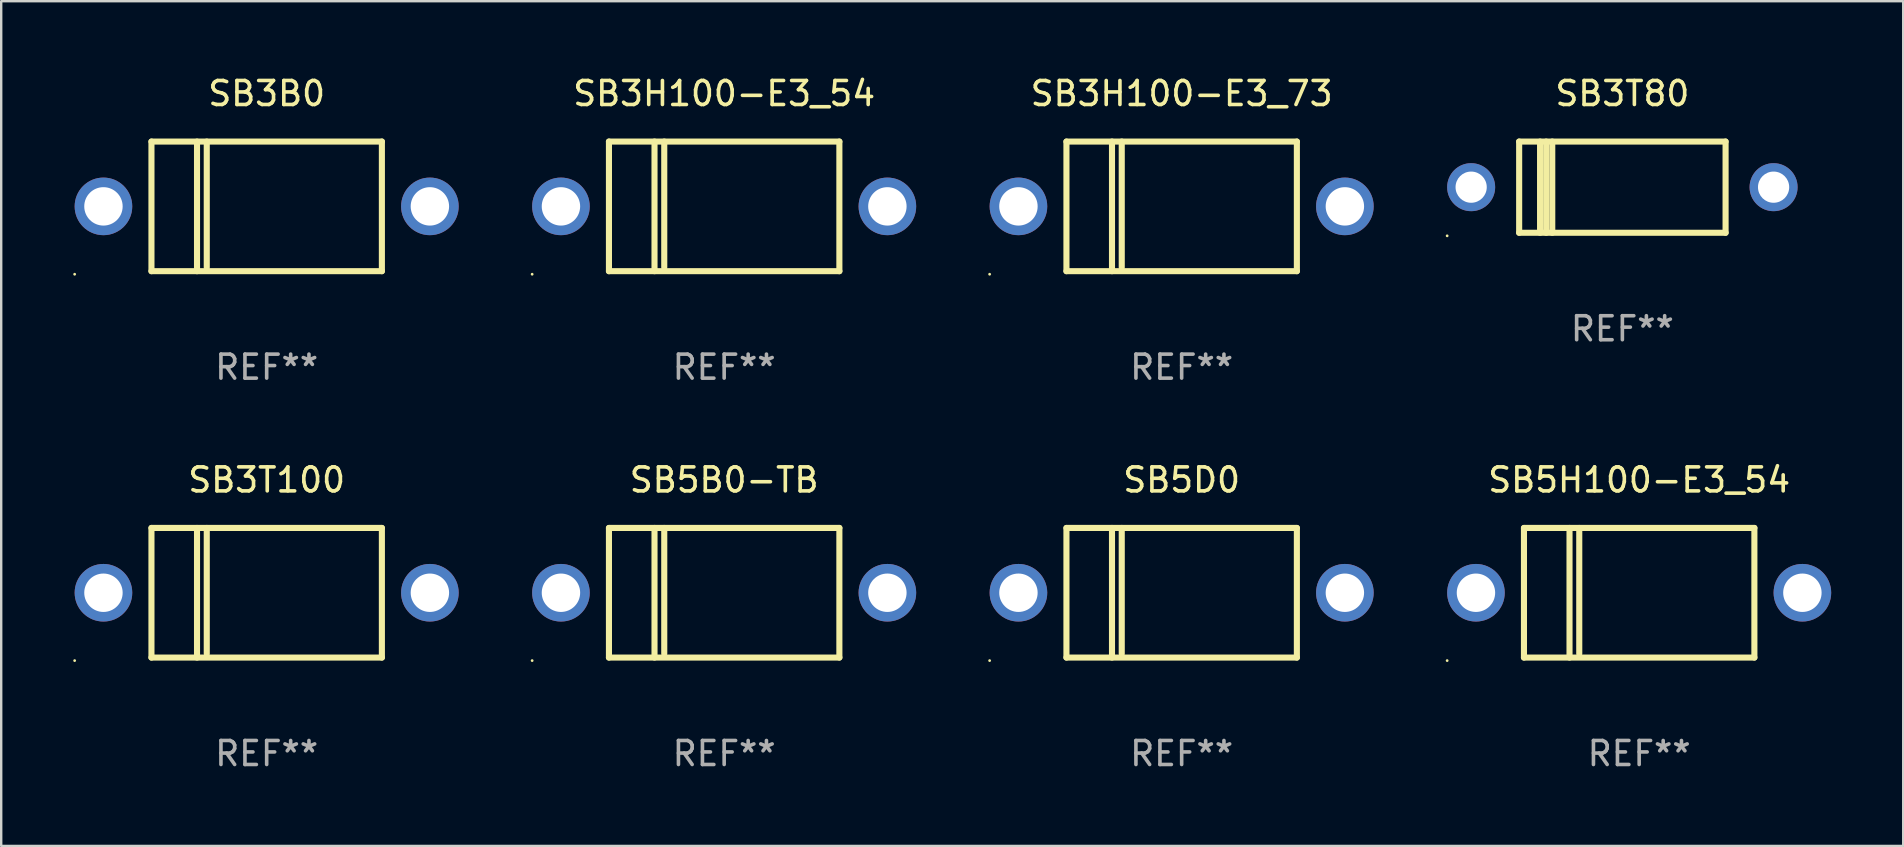
<source format=kicad_pcb>
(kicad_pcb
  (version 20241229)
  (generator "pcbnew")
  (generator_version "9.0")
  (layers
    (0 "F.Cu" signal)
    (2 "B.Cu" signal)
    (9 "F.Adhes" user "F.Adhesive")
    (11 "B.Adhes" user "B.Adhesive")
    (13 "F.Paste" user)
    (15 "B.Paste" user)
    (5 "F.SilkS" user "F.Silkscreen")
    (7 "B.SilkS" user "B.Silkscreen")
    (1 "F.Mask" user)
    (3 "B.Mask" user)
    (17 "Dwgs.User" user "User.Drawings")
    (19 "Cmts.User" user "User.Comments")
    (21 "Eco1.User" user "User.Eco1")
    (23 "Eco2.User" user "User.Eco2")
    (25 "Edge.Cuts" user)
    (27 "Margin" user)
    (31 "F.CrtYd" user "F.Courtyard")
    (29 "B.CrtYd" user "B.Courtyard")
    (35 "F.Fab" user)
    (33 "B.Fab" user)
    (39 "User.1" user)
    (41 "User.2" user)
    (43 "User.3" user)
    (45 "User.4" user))
  (footprint "SB5D0"
    (layer "F.Cu")
    (at 46.18 21.645)
    (property "Reference" "SB5D0" (at 0 -4.7 0) (layer "F.SilkS") (effects (font (size 1 1) (thickness 0.15))))
    (attr through_hole)
    (fp_line (start -4.8 -2.7) (end -4.8 2.7) (stroke (width 0.254) (type solid)) (layer "F.SilkS"))
    (fp_line (start -4.8 -2.7) (end 4.8 -2.7) (stroke (width 0.254) (type solid)) (layer "F.SilkS"))
    (fp_line (start -2.902 -2.7) (end -2.902 2.7) (stroke (width 0.254) (type solid)) (layer "F.SilkS"))
    (fp_line (start -2.496 -2.7) (end -2.496 2.54) (stroke (width 0.254) (type solid)) (layer "F.SilkS"))
    (fp_line (start 4.8 -2.7) (end 4.8 2.7) (stroke (width 0.254) (type solid)) (layer "F.SilkS"))
    (fp_line (start 4.8 2.7) (end -4.8 2.7) (stroke (width 0.254) (type solid)) (layer "F.SilkS"))
    (fp_circle (center -8 2.827) (end -7.97 2.827) (stroke (width 0.06) (type solid)) (fill no) (layer "F.SilkS"))
    (fp_text user "REF**" (at 0 6.7 0) (layer "F.Fab") (effects (font (size 1 1) (thickness 0.15))))
    (pad "1" thru_hole circle (at -6.8 0) (size 2.4 2.4) (drill 1.6) (layers "*.Cu" "*.Mask"))
    (pad "2" thru_hole circle (at 6.8 0) (size 2.4 2.4) (drill 1.6) (layers "*.Cu" "*.Mask")))
  (footprint "SB3H100-E3_73"
    (layer "F.Cu")
    (at 46.18 5.548)
    (property "Reference" "SB3H100-E3_73" (at 0 -4.7 0) (layer "F.SilkS") (effects (font (size 1 1) (thickness 0.15))))
    (attr through_hole)
    (fp_line (start -4.8 -2.7) (end -4.8 2.7) (stroke (width 0.254) (type solid)) (layer "F.SilkS"))
    (fp_line (start -4.8 -2.7) (end 4.8 -2.7) (stroke (width 0.254) (type solid)) (layer "F.SilkS"))
    (fp_line (start -2.902 -2.7) (end -2.902 2.7) (stroke (width 0.254) (type solid)) (layer "F.SilkS"))
    (fp_line (start -2.496 -2.7) (end -2.496 2.54) (stroke (width 0.254) (type solid)) (layer "F.SilkS"))
    (fp_line (start 4.8 -2.7) (end 4.8 2.7) (stroke (width 0.254) (type solid)) (layer "F.SilkS"))
    (fp_line (start 4.8 2.7) (end -4.8 2.7) (stroke (width 0.254) (type solid)) (layer "F.SilkS"))
    (fp_circle (center -8 2.827) (end -7.97 2.827) (stroke (width 0.06) (type solid)) (fill no) (layer "F.SilkS"))
    (fp_text user "REF**" (at 0 6.7 0) (layer "F.Fab") (effects (font (size 1 1) (thickness 0.15))))
    (pad "1" thru_hole circle (at -6.8 0) (size 2.4 2.4) (drill 1.6) (layers "*.Cu" "*.Mask"))
    (pad "2" thru_hole circle (at 6.8 0) (size 2.4 2.4) (drill 1.6) (layers "*.Cu" "*.Mask")))
  (footprint "SB3H100-E3_54"
    (layer "F.Cu")
    (at 27.12 5.548)
    (property "Reference" "SB3H100-E3_54" (at 0 -4.7 0) (layer "F.SilkS") (effects (font (size 1 1) (thickness 0.15))))
    (attr through_hole)
    (fp_line (start -4.8 -2.7) (end -4.8 2.7) (stroke (width 0.254) (type solid)) (layer "F.SilkS"))
    (fp_line (start -4.8 -2.7) (end 4.8 -2.7) (stroke (width 0.254) (type solid)) (layer "F.SilkS"))
    (fp_line (start -2.902 -2.7) (end -2.902 2.7) (stroke (width 0.254) (type solid)) (layer "F.SilkS"))
    (fp_line (start -2.496 -2.7) (end -2.496 2.54) (stroke (width 0.254) (type solid)) (layer "F.SilkS"))
    (fp_line (start 4.8 -2.7) (end 4.8 2.7) (stroke (width 0.254) (type solid)) (layer "F.SilkS"))
    (fp_line (start 4.8 2.7) (end -4.8 2.7) (stroke (width 0.254) (type solid)) (layer "F.SilkS"))
    (fp_circle (center -8 2.827) (end -7.97 2.827) (stroke (width 0.06) (type solid)) (fill no) (layer "F.SilkS"))
    (fp_text user "REF**" (at 0 6.7 0) (layer "F.Fab") (effects (font (size 1 1) (thickness 0.15))))
    (pad "1" thru_hole circle (at -6.8 0) (size 2.4 2.4) (drill 1.6) (layers "*.Cu" "*.Mask"))
    (pad "2" thru_hole circle (at 6.8 0) (size 2.4 2.4) (drill 1.6) (layers "*.Cu" "*.Mask")))
  (footprint "SB5H100-E3_54"
    (layer "F.Cu")
    (at 65.241 21.645)
    (property "Reference" "SB5H100-E3_54" (at 0 -4.7 0) (layer "F.SilkS") (effects (font (size 1 1) (thickness 0.15))))
    (attr through_hole)
    (fp_line (start -4.8 -2.7) (end -4.8 2.7) (stroke (width 0.254) (type solid)) (layer "F.SilkS"))
    (fp_line (start -4.8 -2.7) (end 4.8 -2.7) (stroke (width 0.254) (type solid)) (layer "F.SilkS"))
    (fp_line (start -2.902 -2.7) (end -2.902 2.7) (stroke (width 0.254) (type solid)) (layer "F.SilkS"))
    (fp_line (start -2.496 -2.7) (end -2.496 2.54) (stroke (width 0.254) (type solid)) (layer "F.SilkS"))
    (fp_line (start 4.8 -2.7) (end 4.8 2.7) (stroke (width 0.254) (type solid)) (layer "F.SilkS"))
    (fp_line (start 4.8 2.7) (end -4.8 2.7) (stroke (width 0.254) (type solid)) (layer "F.SilkS"))
    (fp_circle (center -8 2.827) (end -7.97 2.827) (stroke (width 0.06) (type solid)) (fill no) (layer "F.SilkS"))
    (fp_text user "REF**" (at 0 6.7 0) (layer "F.Fab") (effects (font (size 1 1) (thickness 0.15))))
    (pad "1" thru_hole circle (at -6.8 0) (size 2.4 2.4) (drill 1.6) (layers "*.Cu" "*.Mask"))
    (pad "2" thru_hole circle (at 6.8 0) (size 2.4 2.4) (drill 1.6) (layers "*.Cu" "*.Mask")))
  (footprint "SB5B0-TB"
    (layer "F.Cu")
    (at 27.12 21.645)
    (property "Reference" "SB5B0-TB" (at 0 -4.7 0) (layer "F.SilkS") (effects (font (size 1 1) (thickness 0.15))))
    (attr through_hole)
    (fp_line (start -4.8 -2.7) (end -4.8 2.7) (stroke (width 0.254) (type solid)) (layer "F.SilkS"))
    (fp_line (start -4.8 -2.7) (end 4.8 -2.7) (stroke (width 0.254) (type solid)) (layer "F.SilkS"))
    (fp_line (start -2.902 -2.7) (end -2.902 2.7) (stroke (width 0.254) (type solid)) (layer "F.SilkS"))
    (fp_line (start -2.496 -2.7) (end -2.496 2.54) (stroke (width 0.254) (type solid)) (layer "F.SilkS"))
    (fp_line (start 4.8 -2.7) (end 4.8 2.7) (stroke (width 0.254) (type solid)) (layer "F.SilkS"))
    (fp_line (start 4.8 2.7) (end -4.8 2.7) (stroke (width 0.254) (type solid)) (layer "F.SilkS"))
    (fp_circle (center -8 2.827) (end -7.97 2.827) (stroke (width 0.06) (type solid)) (fill no) (layer "F.SilkS"))
    (fp_text user "REF**" (at 0 6.7 0) (layer "F.Fab") (effects (font (size 1 1) (thickness 0.15))))
    (pad "1" thru_hole circle (at -6.8 0) (size 2.4 2.4) (drill 1.6) (layers "*.Cu" "*.Mask"))
    (pad "2" thru_hole circle (at 6.8 0) (size 2.4 2.4) (drill 1.6) (layers "*.Cu" "*.Mask")))
  (footprint "SB3T80"
    (layer "F.Cu")
    (at 64.541 4.748)
    (property "Reference" "SB3T80" (at 0 -3.9 0) (layer "F.SilkS") (effects (font (size 1 1) (thickness 0.15))))
    (attr through_hole)
    (fp_line (start -4.3 -1.9) (end 4.3 -1.9) (stroke (width 0.254) (type solid)) (layer "F.SilkS"))
    (fp_line (start -4.3 1.9) (end -4.3 -1.9) (stroke (width 0.254) (type solid)) (layer "F.SilkS"))
    (fp_line (start -3.429 1.9) (end -3.429 -1.9) (stroke (width 0.254) (type solid)) (layer "F.SilkS"))
    (fp_line (start -3.175 1.9) (end -3.175 -1.9) (stroke (width 0.254) (type solid)) (layer "F.SilkS"))
    (fp_line (start -2.921 1.9) (end -2.921 -1.9) (stroke (width 0.254) (type solid)) (layer "F.SilkS"))
    (fp_line (start 4.3 -1.9) (end 4.3 1.9) (stroke (width 0.254) (type solid)) (layer "F.SilkS"))
    (fp_line (start 4.3 1.9) (end -4.3 1.9) (stroke (width 0.254) (type solid)) (layer "F.SilkS"))
    (fp_circle (center -7.3 2.027) (end -7.27 2.027) (stroke (width 0.06) (type solid)) (fill no) (layer "F.SilkS"))
    (fp_text user "REF**" (at 0 5.9 0) (layer "F.Fab") (effects (font (size 1 1) (thickness 0.15))))
    (pad "1" thru_hole circle (at -6.3 0) (size 2 2) (drill 1.3) (layers "*.Cu" "*.Mask"))
    (pad "2" thru_hole circle (at 6.3 0) (size 2 2) (drill 1.3) (layers "*.Cu" "*.Mask")))
  (footprint "SB3B0"
    (layer "F.Cu")
    (at 8.06 5.548)
    (property "Reference" "SB3B0" (at 0 -4.7 0) (layer "F.SilkS") (effects (font (size 1 1) (thickness 0.15))))
    (attr through_hole)
    (fp_line (start -4.8 -2.7) (end -4.8 2.7) (stroke (width 0.254) (type solid)) (layer "F.SilkS"))
    (fp_line (start -4.8 -2.7) (end 4.8 -2.7) (stroke (width 0.254) (type solid)) (layer "F.SilkS"))
    (fp_line (start -2.902 -2.7) (end -2.902 2.7) (stroke (width 0.254) (type solid)) (layer "F.SilkS"))
    (fp_line (start -2.496 -2.7) (end -2.496 2.54) (stroke (width 0.254) (type solid)) (layer "F.SilkS"))
    (fp_line (start 4.8 -2.7) (end 4.8 2.7) (stroke (width 0.254) (type solid)) (layer "F.SilkS"))
    (fp_line (start 4.8 2.7) (end -4.8 2.7) (stroke (width 0.254) (type solid)) (layer "F.SilkS"))
    (fp_circle (center -8 2.827) (end -7.97 2.827) (stroke (width 0.06) (type solid)) (fill no) (layer "F.SilkS"))
    (fp_text user "REF**" (at 0 6.7 0) (layer "F.Fab") (effects (font (size 1 1) (thickness 0.15))))
    (pad "1" thru_hole circle (at -6.8 0) (size 2.4 2.4) (drill 1.6) (layers "*.Cu" "*.Mask"))
    (pad "2" thru_hole circle (at 6.8 0) (size 2.4 2.4) (drill 1.6) (layers "*.Cu" "*.Mask")))
  (footprint "SB3T100"
    (layer "F.Cu")
    (at 8.06 21.645)
    (property "Reference" "SB3T100" (at 0 -4.7 0) (layer "F.SilkS") (effects (font (size 1 1) (thickness 0.15))))
    (attr through_hole)
    (fp_line (start -4.8 -2.7) (end -4.8 2.7) (stroke (width 0.254) (type solid)) (layer "F.SilkS"))
    (fp_line (start -4.8 -2.7) (end 4.8 -2.7) (stroke (width 0.254) (type solid)) (layer "F.SilkS"))
    (fp_line (start -2.902 -2.7) (end -2.902 2.7) (stroke (width 0.254) (type solid)) (layer "F.SilkS"))
    (fp_line (start -2.496 -2.7) (end -2.496 2.54) (stroke (width 0.254) (type solid)) (layer "F.SilkS"))
    (fp_line (start 4.8 -2.7) (end 4.8 2.7) (stroke (width 0.254) (type solid)) (layer "F.SilkS"))
    (fp_line (start 4.8 2.7) (end -4.8 2.7) (stroke (width 0.254) (type solid)) (layer "F.SilkS"))
    (fp_circle (center -8 2.827) (end -7.97 2.827) (stroke (width 0.06) (type solid)) (fill no) (layer "F.SilkS"))
    (fp_text user "REF**" (at 0 6.7 0) (layer "F.Fab") (effects (font (size 1 1) (thickness 0.15))))
    (pad "1" thru_hole circle (at -6.8 0) (size 2.4 2.4) (drill 1.6) (layers "*.Cu" "*.Mask"))
    (pad "2" thru_hole circle (at 6.8 0) (size 2.4 2.4) (drill 1.6) (layers "*.Cu" "*.Mask")))
  (gr_rect
    (start -3 -3)
    (end 76.241 32.193)
    (stroke (width 0.1) (type default))
    (fill no)
    (layer "Edge.Cuts")))
</source>
